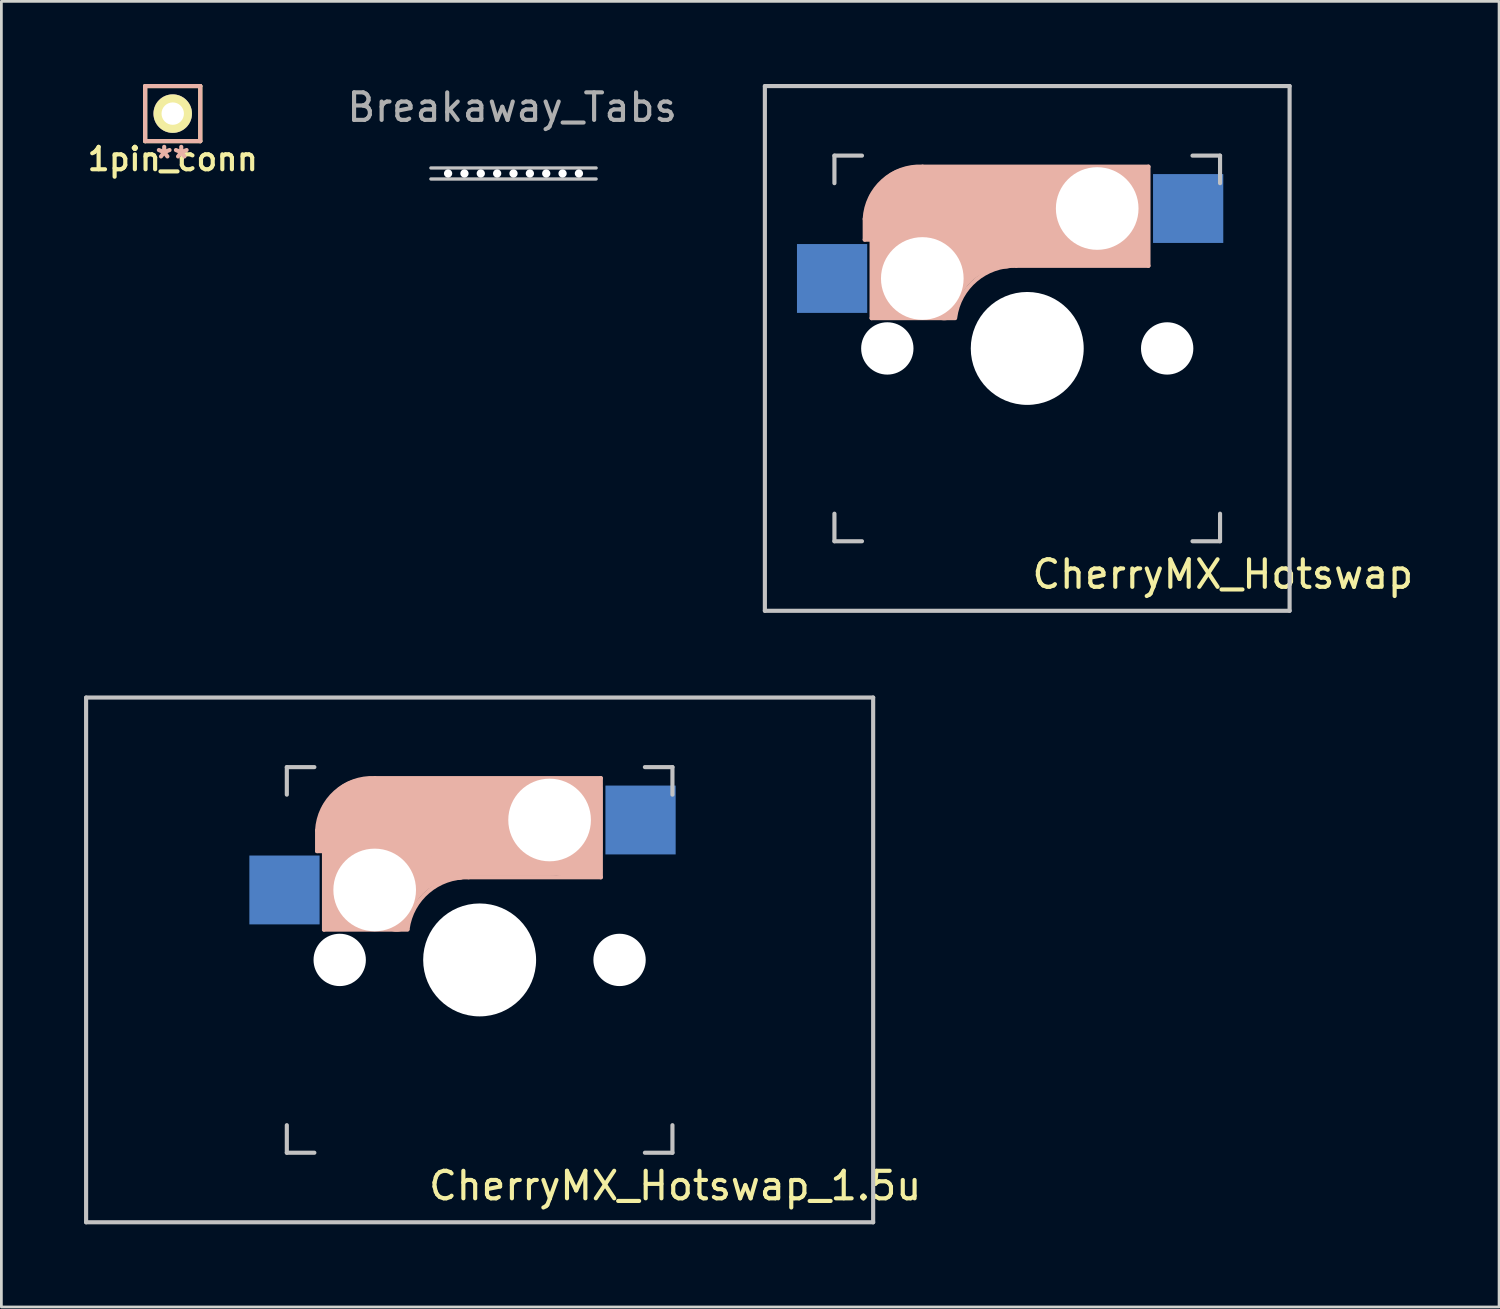
<source format=kicad_pcb>
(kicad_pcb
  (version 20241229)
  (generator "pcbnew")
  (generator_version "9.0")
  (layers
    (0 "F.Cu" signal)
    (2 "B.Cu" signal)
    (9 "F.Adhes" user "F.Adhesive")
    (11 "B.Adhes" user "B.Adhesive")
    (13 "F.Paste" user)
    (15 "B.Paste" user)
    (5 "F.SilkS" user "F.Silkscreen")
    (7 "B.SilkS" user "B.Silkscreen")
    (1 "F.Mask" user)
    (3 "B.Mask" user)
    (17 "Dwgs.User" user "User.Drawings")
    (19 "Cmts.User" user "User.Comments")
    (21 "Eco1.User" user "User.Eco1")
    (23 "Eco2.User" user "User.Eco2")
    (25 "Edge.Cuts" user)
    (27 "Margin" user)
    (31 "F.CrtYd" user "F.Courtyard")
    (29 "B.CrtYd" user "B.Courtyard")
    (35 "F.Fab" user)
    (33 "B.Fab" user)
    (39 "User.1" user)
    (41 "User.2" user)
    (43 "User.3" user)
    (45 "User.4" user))
  (footprint "1pin_conn"
    (layer "F.Cu")
    (at 3.221 1.075)
    (property "Reference" "1pin_conn" (at 0 1.651 0) (layer "F.SilkS") (effects (font (size 0.813 0.813) (thickness 0.15))))
    (attr through_hole)
    (fp_line (start -1 -1) (end -1 1) (stroke (width 0.15) (type solid)) (layer "F.SilkS"))
    (fp_line (start -1 1) (end 1 1) (stroke (width 0.15) (type solid)) (layer "F.SilkS"))
    (fp_line (start 1 -1) (end -1 -1) (stroke (width 0.15) (type solid)) (layer "F.SilkS"))
    (fp_line (start 1 1) (end 1 -1) (stroke (width 0.15) (type solid)) (layer "F.SilkS"))
    (fp_line (start -1 -1) (end 1 -1) (stroke (width 0.15) (type solid)) (layer "B.SilkS"))
    (fp_line (start -1 1) (end -1 -1) (stroke (width 0.15) (type solid)) (layer "B.SilkS"))
    (fp_line (start 1 -1) (end 1 1) (stroke (width 0.15) (type solid)) (layer "B.SilkS"))
    (fp_line (start 1 1) (end -1 1) (stroke (width 0.15) (type solid)) (layer "B.SilkS"))
    (fp_text user "**" (at 0 1.651 0) (layer "B.SilkS") (effects (font (size 0.813 0.813) (thickness 0.15)) (justify mirror)))
    (pad "1" thru_hole circle (at 0 0) (size 1.397 1.397) (drill 0.813) (layers "*.Cu" "*.Mask" "F.SilkS")))
  (footprint "Breakaway_Tabs"
    (layer "F.Cu")
    (at 15.593 3.248)
    (property "Reference" "Breakaway_Tabs" (at -0.05 -2.4 0) (layer "F.Fab") (effects (font (size 1 1) (thickness 0.15))))
    (attr through_hole)
    (fp_line (start -3 -0.2) (end 3 -0.2) (stroke (width 0.12) (type solid)) (layer "Dwgs.User"))
    (fp_line (start -3 0.2) (end 3 0.2) (stroke (width 0.12) (type solid)) (layer "Dwgs.User"))
    (pad "" np_thru_hole circle (at -2.375 0) (size 0.3 0.3) (drill 0.3) (layers "*.Cu" "*.Mask"))
    (pad "" np_thru_hole circle (at -1.781 0) (size 0.3 0.3) (drill 0.3) (layers "*.Cu" "*.Mask"))
    (pad "" np_thru_hole circle (at -1.188 0) (size 0.3 0.3) (drill 0.3) (layers "*.Cu" "*.Mask"))
    (pad "" np_thru_hole circle (at -0.594 0) (size 0.3 0.3) (drill 0.3) (layers "*.Cu" "*.Mask"))
    (pad "" np_thru_hole circle (at 0 0) (size 0.3 0.3) (drill 0.3) (layers "*.Cu" "*.Mask"))
    (pad "" np_thru_hole circle (at 0.594 0) (size 0.3 0.3) (drill 0.3) (layers "*.Cu" "*.Mask"))
    (pad "" np_thru_hole circle (at 1.188 0) (size 0.3 0.3) (drill 0.3) (layers "*.Cu" "*.Mask"))
    (pad "" np_thru_hole circle (at 1.781 0) (size 0.3 0.3) (drill 0.3) (layers "*.Cu" "*.Mask"))
    (pad "" np_thru_hole circle (at 2.375 0) (size 0.3 0.3) (drill 0.3) (layers "*.Cu" "*.Mask")))
  (footprint "CherryMX_Hotswap"
    (layer "F.Cu")
    (at 34.244 9.6)
    (property "Reference" "CherryMX_Hotswap" (at 7.1 8.2 0) (layer "F.SilkS") (effects (font (size 1 1) (thickness 0.15))))
    (attr through_hole)
    (fp_line (start -5.9 -4.7) (end -5.9 -3.95) (stroke (width 0.15) (type solid)) (layer "B.SilkS"))
    (fp_line (start -5.9 -3.95) (end -5.7 -3.95) (stroke (width 0.15) (type solid)) (layer "B.SilkS"))
    (fp_line (start -5.8 -4.05) (end -5.8 -4.7) (stroke (width 0.3) (type solid)) (layer "B.SilkS"))
    (fp_line (start -5.65 -5.55) (end -5.65 -1.1) (stroke (width 0.15) (type solid)) (layer "B.SilkS"))
    (fp_line (start -5.65 -1.1) (end -2.62 -1.1) (stroke (width 0.15) (type solid)) (layer "B.SilkS"))
    (fp_line (start -5.45 -1.3) (end -3 -1.3) (stroke (width 0.5) (type solid)) (layer "B.SilkS"))
    (fp_line (start -5.3 -1.6) (end -5.3 -3.4) (stroke (width 0.8) (type solid)) (layer "B.SilkS"))
    (fp_line (start -4.17 -5.1) (end -4.17 -2.86) (stroke (width 3) (type solid)) (layer "B.SilkS"))
    (fp_line (start -0.4 -3) (end 4.4 -3) (stroke (width 0.15) (type solid)) (layer "B.SilkS"))
    (fp_line (start 2.6 -4.8) (end -4.1 -4.8) (stroke (width 3.5) (type solid)) (layer "B.SilkS"))
    (fp_line (start 3.9 -6) (end 3.9 -3.5) (stroke (width 1) (type solid)) (layer "B.SilkS"))
    (fp_line (start 4.2 -3.25) (end 2.9 -3.3) (stroke (width 0.5) (type solid)) (layer "B.SilkS"))
    (fp_line (start 4.25 -6.4) (end 3 -6.4) (stroke (width 0.4) (type solid)) (layer "B.SilkS"))
    (fp_line (start 4.38 -4) (end 4.38 -6.25) (stroke (width 0.15) (type solid)) (layer "B.SilkS"))
    (fp_line (start 4.4 -6.6) (end -3.8 -6.6) (stroke (width 0.15) (type solid)) (layer "B.SilkS"))
    (fp_line (start 4.4 -3) (end 4.4 -6.6) (stroke (width 0.15) (type solid)) (layer "B.SilkS"))
    (fp_arc (start -5.9 -4.699999) (mid -5.243504 -6.084924) (end -3.800001 -6.6) (stroke (width 0.15) (type solid)) (layer "B.SilkS"))
    (fp_arc (start -3.016318 -1.521471) (mid -2.268709 -2.886118) (end -0.8 -3.4) (stroke (width 1) (type solid)) (layer "B.SilkS"))
    (fp_arc (start -2.616318 -1.121471) (mid -1.868709 -2.486118) (end -0.4 -3) (stroke (width 0.15) (type solid)) (layer "B.SilkS"))
    (fp_line (start -9.525 -9.525) (end 9.525 -9.525) (stroke (width 0.15) (type solid)) (layer "Dwgs.User"))
    (fp_line (start -9.525 9.525) (end -9.525 -9.525) (stroke (width 0.15) (type solid)) (layer "Dwgs.User"))
    (fp_line (start -7 -7) (end -6 -7) (stroke (width 0.15) (type solid)) (layer "Dwgs.User"))
    (fp_line (start -7 -6) (end -7 -7) (stroke (width 0.15) (type solid)) (layer "Dwgs.User"))
    (fp_line (start -7 6) (end -7 7) (stroke (width 0.15) (type solid)) (layer "Dwgs.User"))
    (fp_line (start -7 7) (end -6 7) (stroke (width 0.15) (type solid)) (layer "Dwgs.User"))
    (fp_line (start 6 7) (end 7 7) (stroke (width 0.15) (type solid)) (layer "Dwgs.User"))
    (fp_line (start 7 -7) (end 6 -7) (stroke (width 0.15) (type solid)) (layer "Dwgs.User"))
    (fp_line (start 7 -7) (end 7 -6) (stroke (width 0.15) (type solid)) (layer "Dwgs.User"))
    (fp_line (start 7 7) (end 7 6) (stroke (width 0.15) (type solid)) (layer "Dwgs.User"))
    (fp_line (start 9.525 -9.525) (end 9.525 9.525) (stroke (width 0.15) (type solid)) (layer "Dwgs.User"))
    (fp_line (start 9.525 9.525) (end -9.525 9.525) (stroke (width 0.15) (type solid)) (layer "Dwgs.User"))
    (pad "" np_thru_hole circle (at -5.08 0) (size 1.9 1.9) (drill 1.9) (layers "*.Cu" "*.Mask"))
    (pad "" np_thru_hole circle (at -3.81 -2.54) (size 3 3) (drill 3) (layers "*.Cu" "*.Mask"))
    (pad "" np_thru_hole circle (at 0 0 90) (size 4.1 4.1) (drill 4.1) (layers "*.Cu" "*.Mask"))
    (pad "" np_thru_hole circle (at 2.54 -5.08) (size 3 3) (drill 3) (layers "*.Cu" "*.Mask"))
    (pad "" np_thru_hole circle (at 5.08 0) (size 1.9 1.9) (drill 1.9) (layers "*.Cu" "*.Mask"))
    (pad "1" smd rect (at -7.085 -2.54 180) (size 2.55 2.5) (layers "B.Cu" "B.Mask" "B.Paste"))
    (pad "2" smd rect (at 5.842 -5.08 180) (size 2.55 2.5) (layers "B.Cu" "B.Mask" "B.Paste")))
  (footprint "CherryMX_Hotswap_1.5u"
    (layer "F.Cu")
    (at 14.363 31.8)
    (property "Reference" "CherryMX_Hotswap_1.5u" (at 7.1 8.2 0) (layer "F.SilkS") (effects (font (size 1 1) (thickness 0.15))))
    (attr through_hole)
    (fp_line (start -5.9 -4.7) (end -5.9 -3.95) (stroke (width 0.15) (type solid)) (layer "B.SilkS"))
    (fp_line (start -5.9 -3.95) (end -5.7 -3.95) (stroke (width 0.15) (type solid)) (layer "B.SilkS"))
    (fp_line (start -5.8 -4.05) (end -5.8 -4.7) (stroke (width 0.3) (type solid)) (layer "B.SilkS"))
    (fp_line (start -5.65 -5.55) (end -5.65 -1.1) (stroke (width 0.15) (type solid)) (layer "B.SilkS"))
    (fp_line (start -5.65 -1.1) (end -2.62 -1.1) (stroke (width 0.15) (type solid)) (layer "B.SilkS"))
    (fp_line (start -5.45 -1.3) (end -3 -1.3) (stroke (width 0.5) (type solid)) (layer "B.SilkS"))
    (fp_line (start -5.3 -1.6) (end -5.3 -3.4) (stroke (width 0.8) (type solid)) (layer "B.SilkS"))
    (fp_line (start -4.17 -5.1) (end -4.17 -2.86) (stroke (width 3) (type solid)) (layer "B.SilkS"))
    (fp_line (start -0.4 -3) (end 4.4 -3) (stroke (width 0.15) (type solid)) (layer "B.SilkS"))
    (fp_line (start 2.6 -4.8) (end -4.1 -4.8) (stroke (width 3.5) (type solid)) (layer "B.SilkS"))
    (fp_line (start 3.9 -6) (end 3.9 -3.5) (stroke (width 1) (type solid)) (layer "B.SilkS"))
    (fp_line (start 4.2 -3.25) (end 2.9 -3.3) (stroke (width 0.5) (type solid)) (layer "B.SilkS"))
    (fp_line (start 4.25 -6.4) (end 3 -6.4) (stroke (width 0.4) (type solid)) (layer "B.SilkS"))
    (fp_line (start 4.38 -4) (end 4.38 -6.25) (stroke (width 0.15) (type solid)) (layer "B.SilkS"))
    (fp_line (start 4.4 -6.6) (end -3.8 -6.6) (stroke (width 0.15) (type solid)) (layer "B.SilkS"))
    (fp_line (start 4.4 -3) (end 4.4 -6.6) (stroke (width 0.15) (type solid)) (layer "B.SilkS"))
    (fp_arc (start -5.9 -4.699999) (mid -5.243504 -6.084924) (end -3.800001 -6.6) (stroke (width 0.15) (type solid)) (layer "B.SilkS"))
    (fp_arc (start -3.016318 -1.521471) (mid -2.268709 -2.886118) (end -0.8 -3.4) (stroke (width 1) (type solid)) (layer "B.SilkS"))
    (fp_arc (start -2.616318 -1.121471) (mid -1.868709 -2.486118) (end -0.4 -3) (stroke (width 0.15) (type solid)) (layer "B.SilkS"))
    (fp_line (start -14.287 -9.525) (end 14.287 -9.525) (stroke (width 0.15) (type solid)) (layer "Dwgs.User"))
    (fp_line (start -14.287 9.525) (end -14.287 -9.525) (stroke (width 0.15) (type solid)) (layer "Dwgs.User"))
    (fp_line (start -7 -7) (end -6 -7) (stroke (width 0.15) (type solid)) (layer "Dwgs.User"))
    (fp_line (start -7 -6) (end -7 -7) (stroke (width 0.15) (type solid)) (layer "Dwgs.User"))
    (fp_line (start -7 6) (end -7 7) (stroke (width 0.15) (type solid)) (layer "Dwgs.User"))
    (fp_line (start -7 7) (end -6 7) (stroke (width 0.15) (type solid)) (layer "Dwgs.User"))
    (fp_line (start 6 7) (end 7 7) (stroke (width 0.15) (type solid)) (layer "Dwgs.User"))
    (fp_line (start 7 -7) (end 6 -7) (stroke (width 0.15) (type solid)) (layer "Dwgs.User"))
    (fp_line (start 7 -7) (end 7 -6) (stroke (width 0.15) (type solid)) (layer "Dwgs.User"))
    (fp_line (start 7 7) (end 7 6) (stroke (width 0.15) (type solid)) (layer "Dwgs.User"))
    (fp_line (start 14.287 -9.525) (end 14.287 9.525) (stroke (width 0.15) (type solid)) (layer "Dwgs.User"))
    (fp_line (start 14.287 9.525) (end -14.287 9.525) (stroke (width 0.15) (type solid)) (layer "Dwgs.User"))
    (pad "" np_thru_hole circle (at -5.08 0) (size 1.9 1.9) (drill 1.9) (layers "*.Cu" "*.Mask"))
    (pad "" np_thru_hole circle (at -3.81 -2.54) (size 3 3) (drill 3) (layers "*.Cu" "*.Mask"))
    (pad "" np_thru_hole circle (at 0 0 90) (size 4.1 4.1) (drill 4.1) (layers "*.Cu" "*.Mask"))
    (pad "" np_thru_hole circle (at 2.54 -5.08) (size 3 3) (drill 3) (layers "*.Cu" "*.Mask"))
    (pad "" np_thru_hole circle (at 5.08 0) (size 1.9 1.9) (drill 1.9) (layers "*.Cu" "*.Mask"))
    (pad "1" smd rect (at -7.085 -2.54 180) (size 2.55 2.5) (layers "B.Cu" "B.Mask" "B.Paste"))
    (pad "2" smd rect (at 5.842 -5.08 180) (size 2.55 2.5) (layers "B.Cu" "B.Mask" "B.Paste")))
  (gr_rect
    (start -3 -3)
    (end 51.374 44.4)
    (stroke (width 0.1) (type default))
    (fill no)
    (layer "Edge.Cuts")))
</source>
